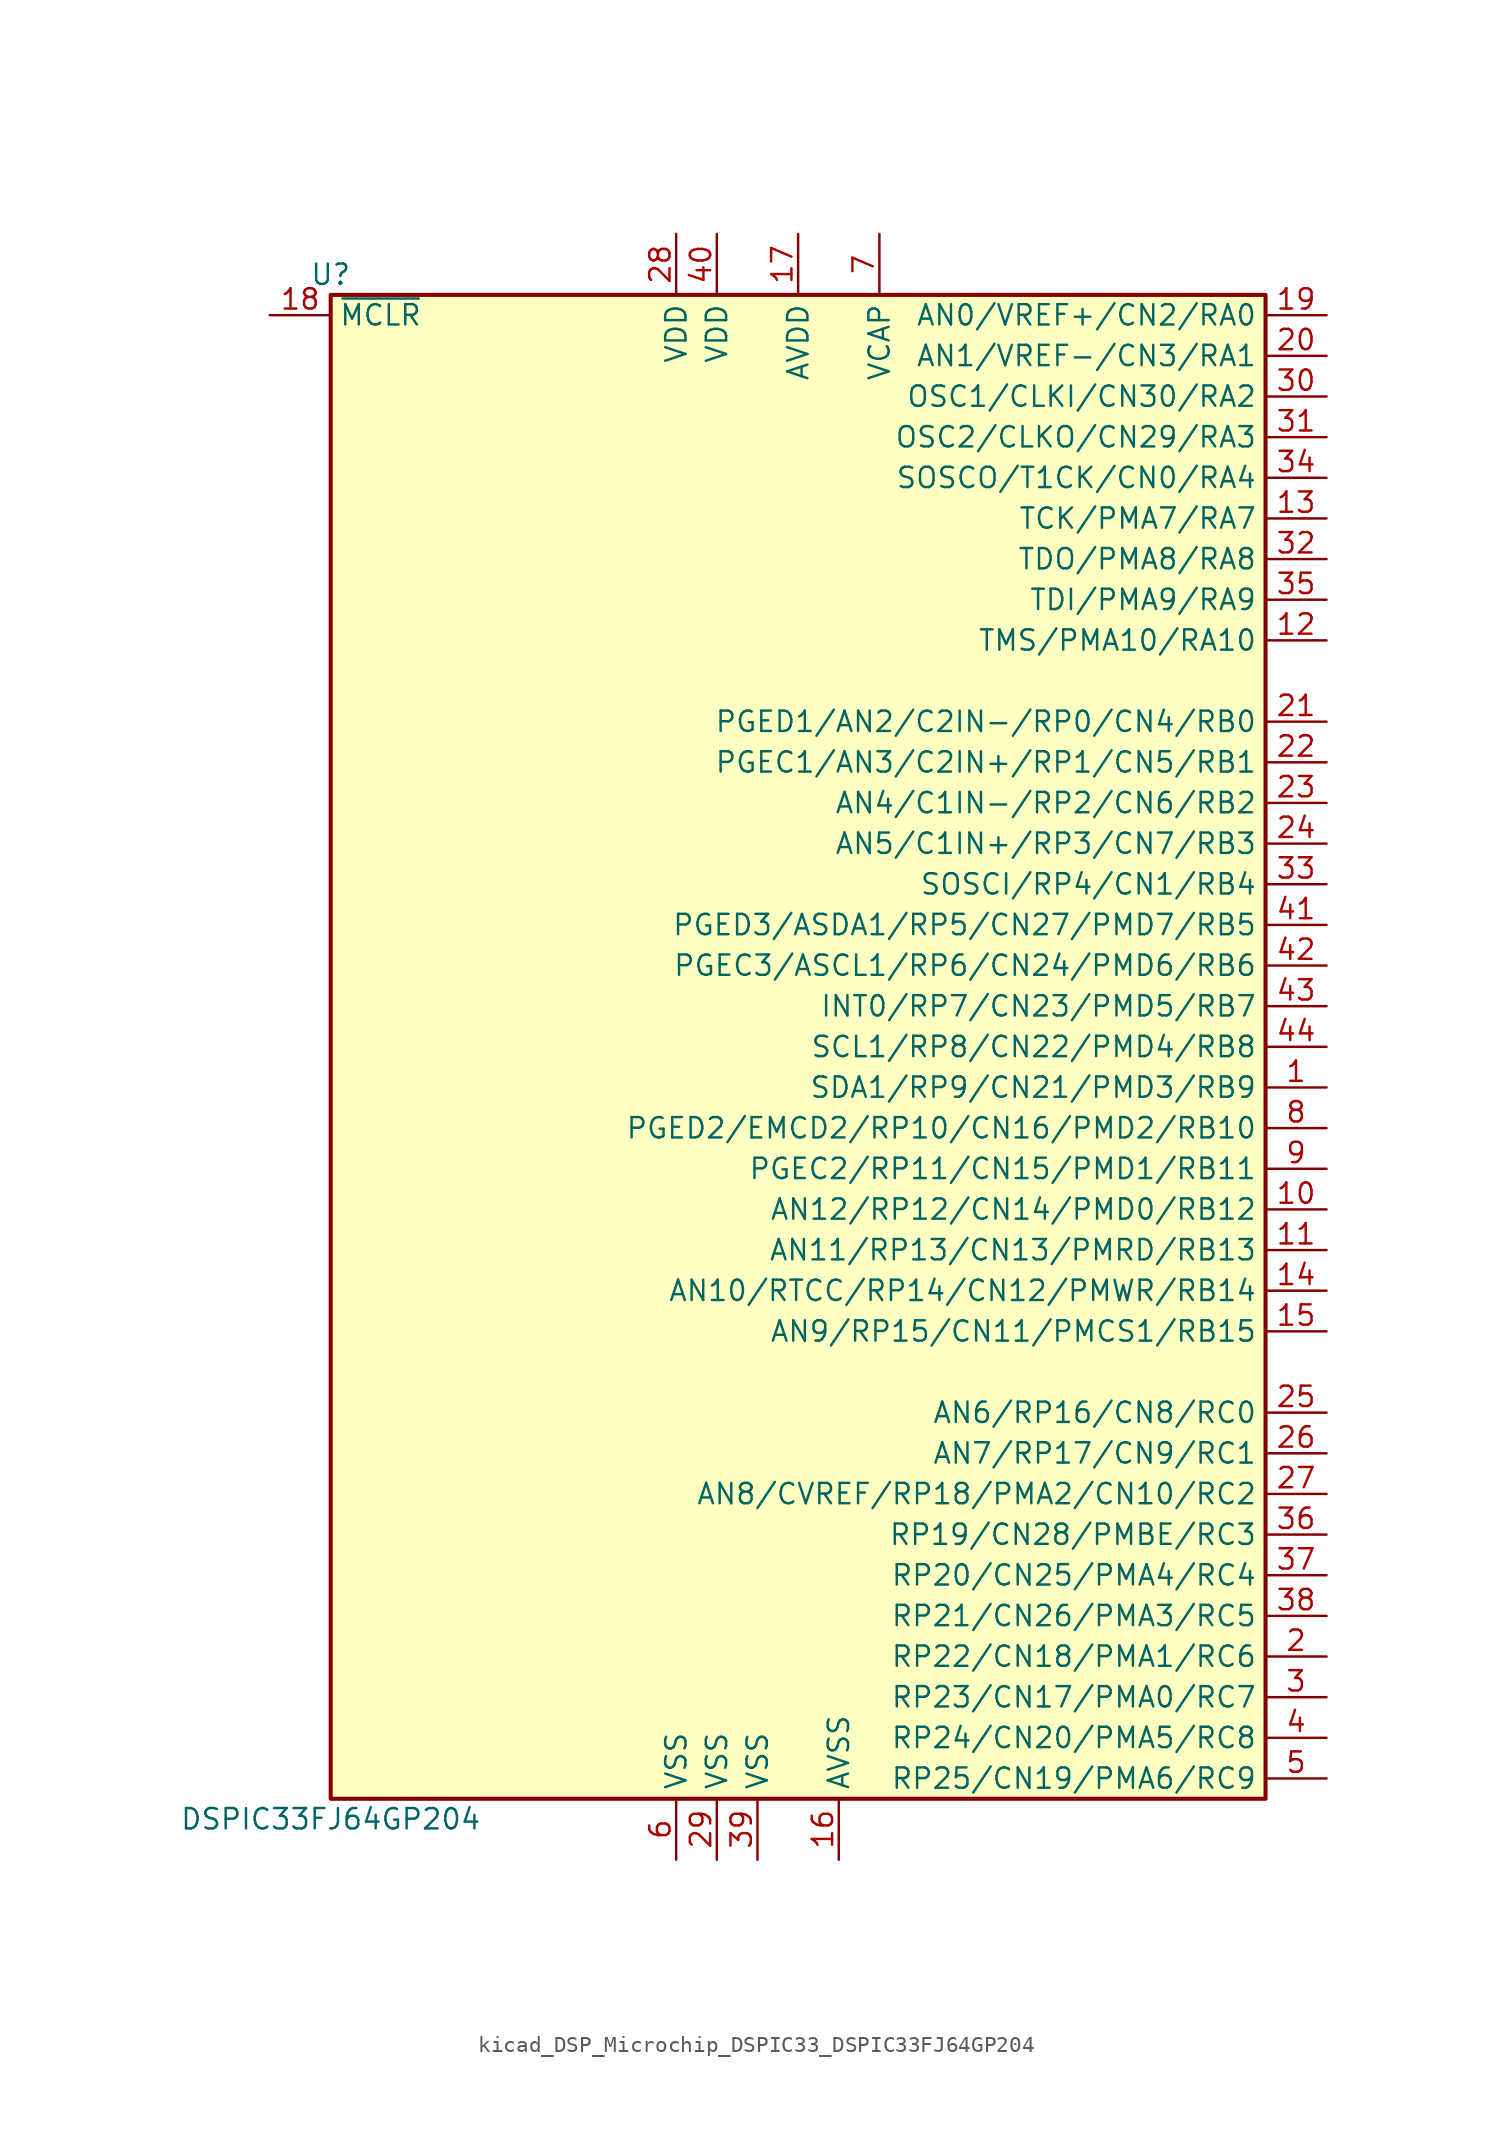
<source format=kicad_sym>
(kicad_symbol_lib
  (version 20220914)
  (generator kicad_symbol_editor)
  (symbol "kicad_DSP_Microchip_DSPIC33_DSPIC33FJ64GP204"
    (property "Reference" "U"
      (at -29.21 48.26 0)
      (effects (font (size 1.27 1.27))))
    (property "Value" "DSPIC33FJ64GP204"
      (at -29.21 -48.26 0)
      (effects (font (size 1.27 1.27))))
    (symbol "kicad_DSP_Microchip_DSPIC33_DSPIC33FJ64GP204_1_1"
      (rectangle (start -29.21 46.99) (end 29.21 -46.99) (stroke (width 0.254) (type default)) (fill (type background)))
      (pin bidirectional line (at 33.02 -2.54 180) (length 3.81) (name "SDA1/RP9/CN21/PMD3/RB9" (effects (font (size 1.27 1.27)))) (number "1" (effects (font (size 1.27 1.27)))))
      (pin bidirectional line (at 33.02 -10.16 180) (length 3.81) (name "AN12/RP12/CN14/PMD0/RB12" (effects (font (size 1.27 1.27)))) (number "10" (effects (font (size 1.27 1.27)))))
      (pin bidirectional line (at 33.02 -12.7 180) (length 3.81) (name "AN11/RP13/CN13/PMRD/RB13" (effects (font (size 1.27 1.27)))) (number "11" (effects (font (size 1.27 1.27)))))
      (pin bidirectional line (at 33.02 25.4 180) (length 3.81) (name "TMS/PMA10/RA10" (effects (font (size 1.27 1.27)))) (number "12" (effects (font (size 1.27 1.27)))))
      (pin bidirectional line (at 33.02 33.02 180) (length 3.81) (name "TCK/PMA7/RA7" (effects (font (size 1.27 1.27)))) (number "13" (effects (font (size 1.27 1.27)))))
      (pin bidirectional line (at 33.02 -15.24 180) (length 3.81) (name "AN10/RTCC/RP14/CN12/PMWR/RB14" (effects (font (size 1.27 1.27)))) (number "14" (effects (font (size 1.27 1.27)))))
      (pin bidirectional line (at 33.02 -17.78 180) (length 3.81) (name "AN9/RP15/CN11/PMCS1/RB15" (effects (font (size 1.27 1.27)))) (number "15" (effects (font (size 1.27 1.27)))))
      (pin power_in line (at 2.54 -50.8 90) (length 3.81) (name "AVSS" (effects (font (size 1.27 1.27)))) (number "16" (effects (font (size 1.27 1.27)))))
      (pin power_in line (at 0 50.8 270) (length 3.81) (name "AVDD" (effects (font (size 1.27 1.27)))) (number "17" (effects (font (size 1.27 1.27)))))
      (pin input line (at -33.02 45.72 0) (length 3.81) (name "~{MCLR}" (effects (font (size 1.27 1.27)))) (number "18" (effects (font (size 1.27 1.27)))))
      (pin bidirectional line (at 33.02 45.72 180) (length 3.81) (name "AN0/VREF+/CN2/RA0" (effects (font (size 1.27 1.27)))) (number "19" (effects (font (size 1.27 1.27)))))
      (pin bidirectional line (at 33.02 -38.1 180) (length 3.81) (name "RP22/CN18/PMA1/RC6" (effects (font (size 1.27 1.27)))) (number "2" (effects (font (size 1.27 1.27)))))
      (pin bidirectional line (at 33.02 43.18 180) (length 3.81) (name "AN1/VREF-/CN3/RA1" (effects (font (size 1.27 1.27)))) (number "20" (effects (font (size 1.27 1.27)))))
      (pin bidirectional line (at 33.02 20.32 180) (length 3.81) (name "PGED1/AN2/C2IN-/RP0/CN4/RB0" (effects (font (size 1.27 1.27)))) (number "21" (effects (font (size 1.27 1.27)))))
      (pin bidirectional line (at 33.02 17.78 180) (length 3.81) (name "PGEC1/AN3/C2IN+/RP1/CN5/RB1" (effects (font (size 1.27 1.27)))) (number "22" (effects (font (size 1.27 1.27)))))
      (pin bidirectional line (at 33.02 15.24 180) (length 3.81) (name "AN4/C1IN-/RP2/CN6/RB2" (effects (font (size 1.27 1.27)))) (number "23" (effects (font (size 1.27 1.27)))))
      (pin bidirectional line (at 33.02 12.7 180) (length 3.81) (name "AN5/C1IN+/RP3/CN7/RB3" (effects (font (size 1.27 1.27)))) (number "24" (effects (font (size 1.27 1.27)))))
      (pin bidirectional line (at 33.02 -22.86 180) (length 3.81) (name "AN6/RP16/CN8/RC0" (effects (font (size 1.27 1.27)))) (number "25" (effects (font (size 1.27 1.27)))))
      (pin bidirectional line (at 33.02 -25.4 180) (length 3.81) (name "AN7/RP17/CN9/RC1" (effects (font (size 1.27 1.27)))) (number "26" (effects (font (size 1.27 1.27)))))
      (pin bidirectional line (at 33.02 -27.94 180) (length 3.81) (name "AN8/CVREF/RP18/PMA2/CN10/RC2" (effects (font (size 1.27 1.27)))) (number "27" (effects (font (size 1.27 1.27)))))
      (pin power_in line (at -7.62 50.8 270) (length 3.81) (name "VDD" (effects (font (size 1.27 1.27)))) (number "28" (effects (font (size 1.27 1.27)))))
      (pin power_in line (at -5.08 -50.8 90) (length 3.81) (name "VSS" (effects (font (size 1.27 1.27)))) (number "29" (effects (font (size 1.27 1.27)))))
      (pin bidirectional line (at 33.02 -40.64 180) (length 3.81) (name "RP23/CN17/PMA0/RC7" (effects (font (size 1.27 1.27)))) (number "3" (effects (font (size 1.27 1.27)))))
      (pin input line (at 33.02 40.64 180) (length 3.81) (name "OSC1/CLKI/CN30/RA2" (effects (font (size 1.27 1.27)))) (number "30" (effects (font (size 1.27 1.27)))))
      (pin input line (at 33.02 38.1 180) (length 3.81) (name "OSC2/CLKO/CN29/RA3" (effects (font (size 1.27 1.27)))) (number "31" (effects (font (size 1.27 1.27)))))
      (pin input line (at 33.02 30.48 180) (length 3.81) (name "TDO/PMA8/RA8" (effects (font (size 1.27 1.27)))) (number "32" (effects (font (size 1.27 1.27)))))
      (pin input line (at 33.02 10.16 180) (length 3.81) (name "SOSCI/RP4/CN1/RB4" (effects (font (size 1.27 1.27)))) (number "33" (effects (font (size 1.27 1.27)))))
      (pin input line (at 33.02 35.56 180) (length 3.81) (name "SOSCO/T1CK/CN0/RA4" (effects (font (size 1.27 1.27)))) (number "34" (effects (font (size 1.27 1.27)))))
      (pin input line (at 33.02 27.94 180) (length 3.81) (name "TDI/PMA9/RA9" (effects (font (size 1.27 1.27)))) (number "35" (effects (font (size 1.27 1.27)))))
      (pin input line (at 33.02 -30.48 180) (length 3.81) (name "RP19/CN28/PMBE/RC3" (effects (font (size 1.27 1.27)))) (number "36" (effects (font (size 1.27 1.27)))))
      (pin input line (at 33.02 -33.02 180) (length 3.81) (name "RP20/CN25/PMA4/RC4" (effects (font (size 1.27 1.27)))) (number "37" (effects (font (size 1.27 1.27)))))
      (pin input line (at 33.02 -35.56 180) (length 3.81) (name "RP21/CN26/PMA3/RC5" (effects (font (size 1.27 1.27)))) (number "38" (effects (font (size 1.27 1.27)))))
      (pin power_in line (at -2.54 -50.8 90) (length 3.81) (name "VSS" (effects (font (size 1.27 1.27)))) (number "39" (effects (font (size 1.27 1.27)))))
      (pin bidirectional line (at 33.02 -43.18 180) (length 3.81) (name "RP24/CN20/PMA5/RC8" (effects (font (size 1.27 1.27)))) (number "4" (effects (font (size 1.27 1.27)))))
      (pin power_in line (at -5.08 50.8 270) (length 3.81) (name "VDD" (effects (font (size 1.27 1.27)))) (number "40" (effects (font (size 1.27 1.27)))))
      (pin input line (at 33.02 7.62 180) (length 3.81) (name "PGED3/ASDA1/RP5/CN27/PMD7/RB5" (effects (font (size 1.27 1.27)))) (number "41" (effects (font (size 1.27 1.27)))))
      (pin input line (at 33.02 5.08 180) (length 3.81) (name "PGEC3/ASCL1/RP6/CN24/PMD6/RB6" (effects (font (size 1.27 1.27)))) (number "42" (effects (font (size 1.27 1.27)))))
      (pin input line (at 33.02 2.54 180) (length 3.81) (name "INT0/RP7/CN23/PMD5/RB7" (effects (font (size 1.27 1.27)))) (number "43" (effects (font (size 1.27 1.27)))))
      (pin input line (at 33.02 0 180) (length 3.81) (name "SCL1/RP8/CN22/PMD4/RB8" (effects (font (size 1.27 1.27)))) (number "44" (effects (font (size 1.27 1.27)))))
      (pin bidirectional line (at 33.02 -45.72 180) (length 3.81) (name "RP25/CN19/PMA6/RC9" (effects (font (size 1.27 1.27)))) (number "5" (effects (font (size 1.27 1.27)))))
      (pin power_in line (at -7.62 -50.8 90) (length 3.81) (name "VSS" (effects (font (size 1.27 1.27)))) (number "6" (effects (font (size 1.27 1.27)))))
      (pin power_in line (at 5.08 50.8 270) (length 3.81) (name "VCAP" (effects (font (size 1.27 1.27)))) (number "7" (effects (font (size 1.27 1.27)))))
      (pin bidirectional line (at 33.02 -5.08 180) (length 3.81) (name "PGED2/EMCD2/RP10/CN16/PMD2/RB10" (effects (font (size 1.27 1.27)))) (number "8" (effects (font (size 1.27 1.27)))))
      (pin bidirectional line (at 33.02 -7.62 180) (length 3.81) (name "PGEC2/RP11/CN15/PMD1/RB11" (effects (font (size 1.27 1.27)))) (number "9" (effects (font (size 1.27 1.27))))))))
</source>
